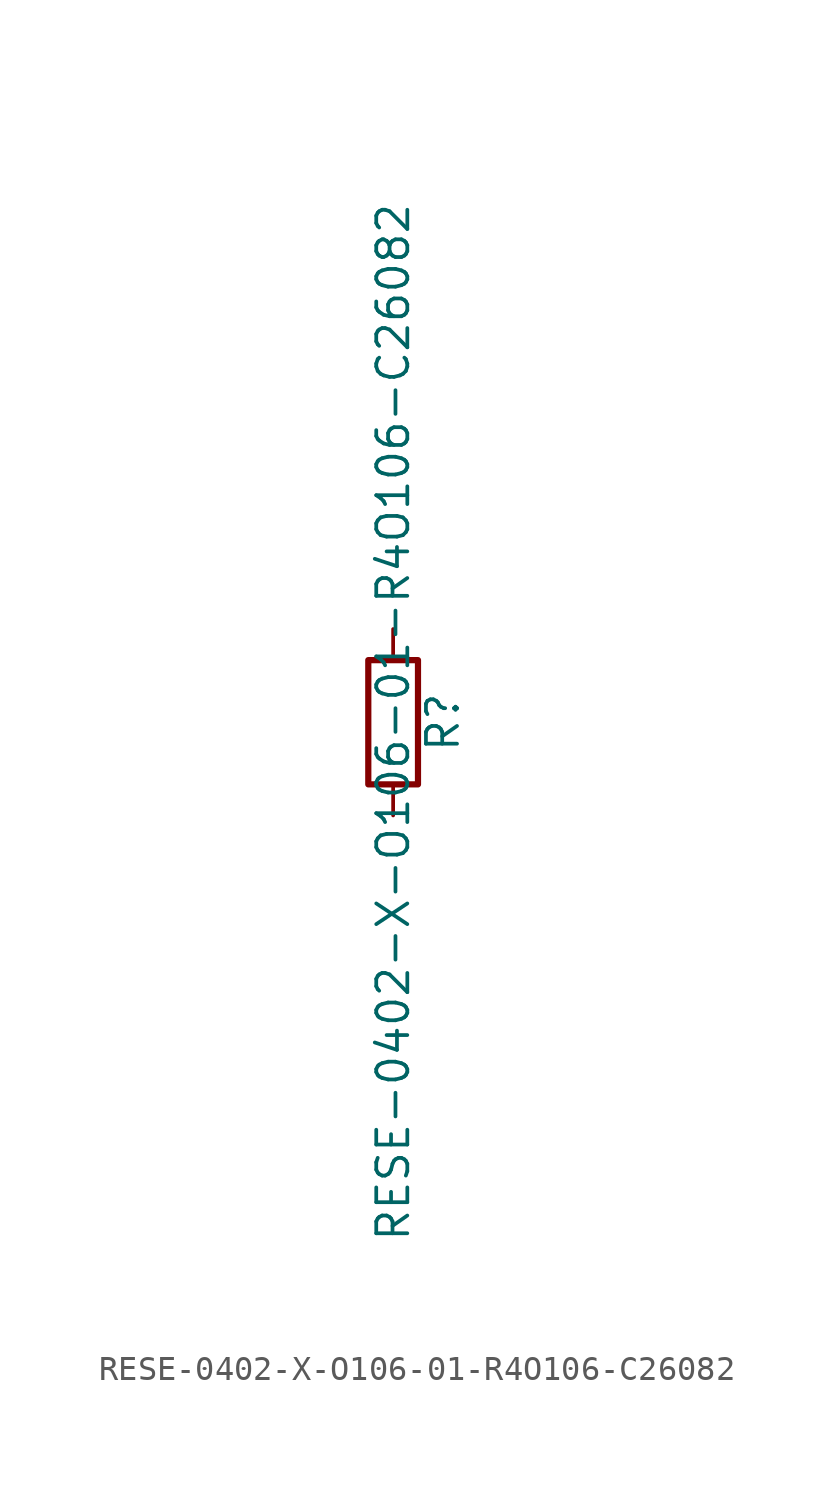
<source format=kicad_sym>
(kicad_symbol_lib
  (version 20211014)
  (generator kicad_symbol_editor)
  (symbol "RESE-0402-X-O106-01-R4O106-C26082"
    (pin_numbers hide)
    (pin_names
      (offset 0))
    (property "Reference" "R"
      (at 2.032 0 90)
      (effects (font (size 1.27 1.27))))
    (property "Value" "RESE-0402-X-O106-01-R4O106-C26082"
      (at 0 0 90)
      (effects (font (size 1.27 1.27))))
    (symbol "RESE-0402-X-O106-01-R4O106-C26082_0_1"
      (rectangle (start -1.016 -2.54) (end 1.016 2.54) (stroke (width 0.254) (type default) (color 0 0 0 0)) (fill (type none))))
    (symbol "RESE-0402-X-O106-01-R4O106-C26082_1_1"
      (pin passive line (at 0 3.81 270) (length 1.27) (name "~" (effects (font (size 1.27 1.27)))) (number "1" (effects (font (size 1.27 1.27)))))
      (pin passive line (at 0 -3.81 90) (length 1.27) (name "~" (effects (font (size 1.27 1.27)))) (number "2" (effects (font (size 1.27 1.27))))))))
</source>
